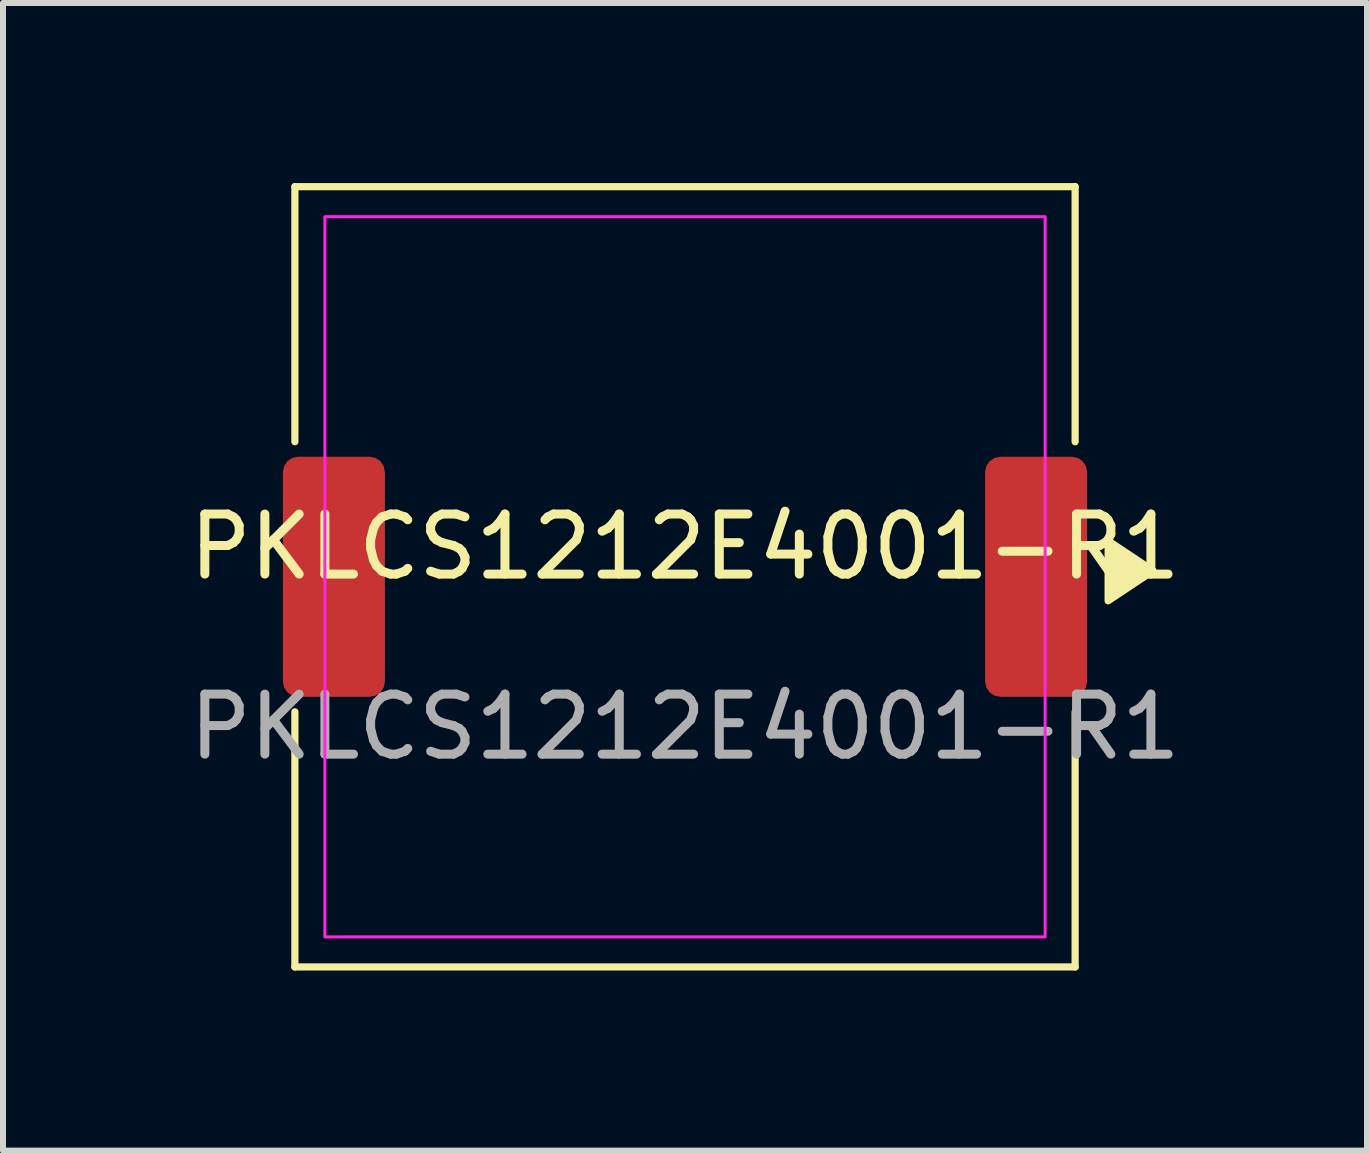
<source format=kicad_pcb>
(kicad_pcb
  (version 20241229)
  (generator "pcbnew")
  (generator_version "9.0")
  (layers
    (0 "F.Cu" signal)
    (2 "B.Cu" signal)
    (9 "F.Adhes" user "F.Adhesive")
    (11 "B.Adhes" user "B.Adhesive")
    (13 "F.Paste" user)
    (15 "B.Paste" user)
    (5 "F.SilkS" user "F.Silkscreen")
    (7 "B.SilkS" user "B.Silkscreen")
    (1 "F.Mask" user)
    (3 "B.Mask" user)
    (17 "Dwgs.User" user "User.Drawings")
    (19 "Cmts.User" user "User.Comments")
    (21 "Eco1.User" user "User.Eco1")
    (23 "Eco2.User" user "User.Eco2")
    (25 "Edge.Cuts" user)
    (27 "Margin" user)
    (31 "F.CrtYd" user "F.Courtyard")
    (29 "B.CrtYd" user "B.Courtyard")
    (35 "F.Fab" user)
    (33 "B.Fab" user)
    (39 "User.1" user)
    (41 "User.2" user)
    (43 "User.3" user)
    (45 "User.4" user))
  (footprint "PKLCS1212E4001-R1"
    (layer "F.Cu")
    (at 8.363 6.56)
    (property "Reference" "PKLCS1212E4001-R1" (at 0 -0.5 0) (unlocked yes) (layer "F.SilkS") (effects (font (size 1 1) (thickness 0.15))))
    (attr smd)
    (fp_line (start -6.5 -6.5) (end 6.5 -6.5) (stroke (width 0.12) (type default)) (layer "F.SilkS"))
    (fp_line (start -6.5 -2.25) (end -6.5 -6.5) (stroke (width 0.12) (type default)) (layer "F.SilkS"))
    (fp_line (start -6.5 6.5) (end -6.5 2.25) (stroke (width 0.12) (type default)) (layer "F.SilkS"))
    (fp_line (start 6.5 -6.5) (end 6.5 -2.25) (stroke (width 0.12) (type default)) (layer "F.SilkS"))
    (fp_line (start 6.5 2.25) (end 6.5 6.5) (stroke (width 0.12) (type default)) (layer "F.SilkS"))
    (fp_line (start 6.5 6.5) (end -6.5 6.5) (stroke (width 0.12) (type default)) (layer "F.SilkS"))
    (fp_poly (pts (xy 7.8 -0.1) (xy 7.05 -0.6) (xy 7.05 0.4)) (stroke (width 0.12) (type solid)) (fill yes) (layer "F.SilkS"))
    (fp_rect (start -6 -6) (end 6 6) (stroke (width 0.05) (type default)) (fill no) (layer "F.CrtYd"))
    (fp_text user "${REFERENCE}" (at 0 2.5 0) (unlocked yes) (layer "F.Fab") (effects (font (size 1 1) (thickness 0.15))))
    (pad "1" smd roundrect (at -5.85 0) (size 1.7 4) (layers "F.Cu" "F.Mask" "F.Paste") (roundrect_rratio 0.15))
    (pad "2" smd roundrect (at 5.85 0) (size 1.7 4) (layers "F.Cu" "F.Mask" "F.Paste") (roundrect_rratio 0.15)))
  (gr_rect
    (start -3 -3)
    (end 19.726 16.12)
    (stroke (width 0.1) (type default))
    (fill no)
    (layer "Edge.Cuts")))
</source>
